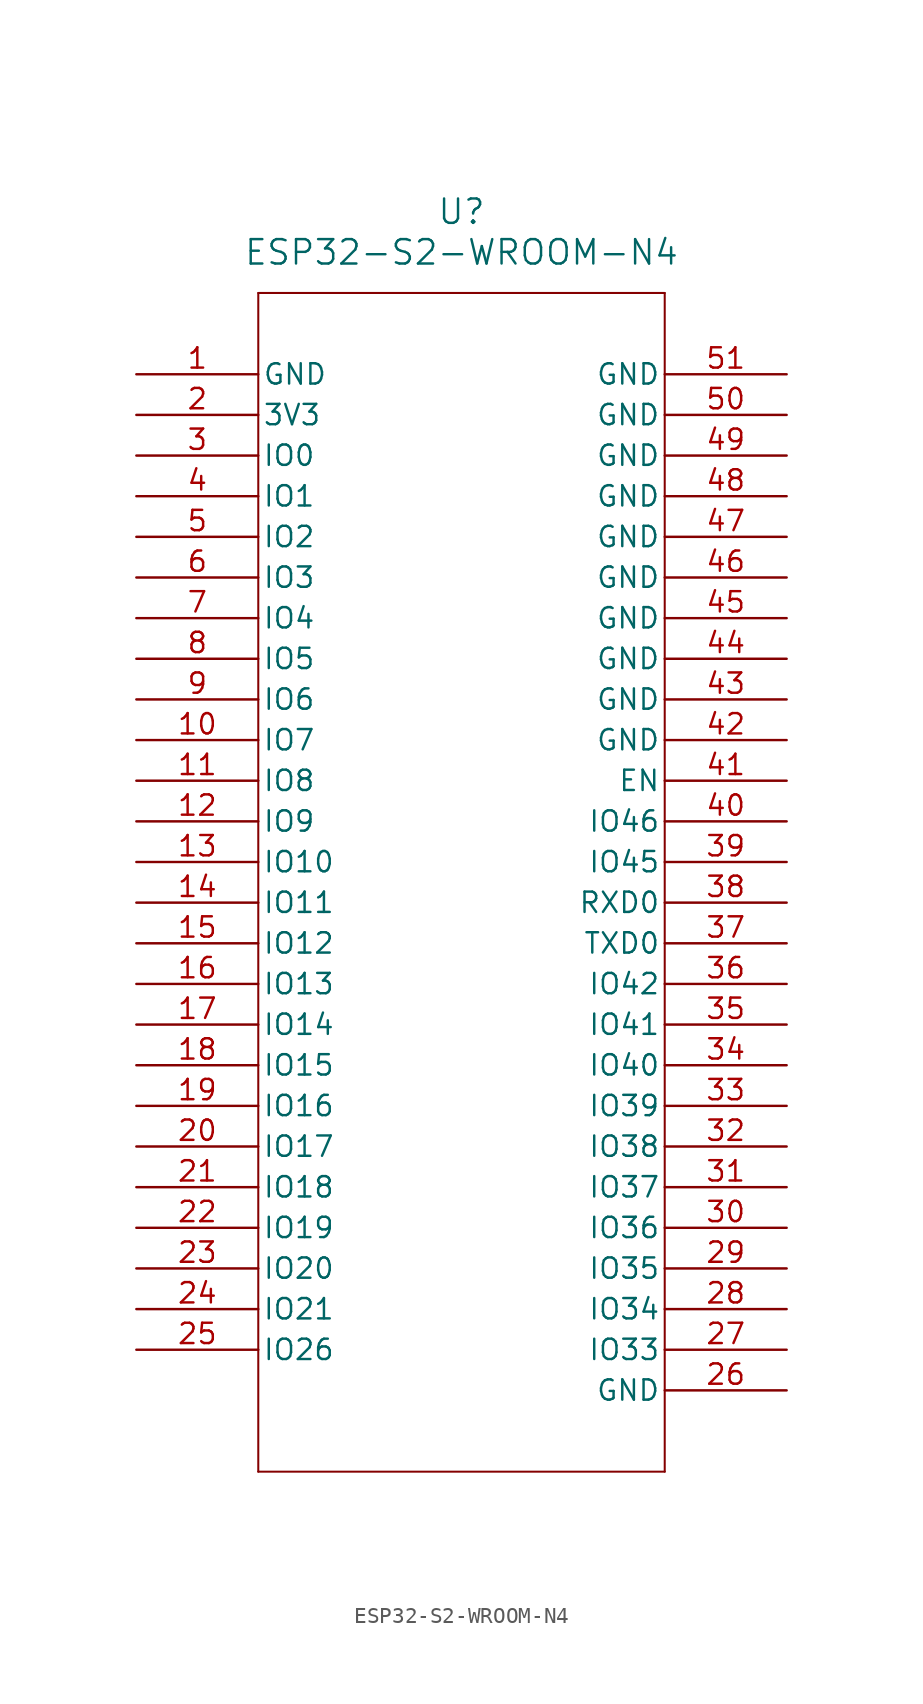
<source format=kicad_sym>
(kicad_symbol_lib
  (version 20211014)
  (generator kicad_symbol_editor)
  (symbol "ESP32-S2-WROOM-N4"
    (pin_names
      (offset 0.254))
    (property "Reference" "U"
      (at 20.32 10.16 0)
      (effects (font (size 1.524 1.524))))
    (property "Value" "ESP32-S2-WROOM-N4"
      (at 20.32 7.62 0)
      (effects (font (size 1.524 1.524))))
    (symbol "ESP32-S2-WROOM-N4_0_1"
      (polyline (pts (xy 7.62 5.08) (xy 7.62 -68.58)) (stroke (width 0.127) (type default) (color 0 0 0 0)) (fill (type none)))
      (polyline (pts (xy 7.62 -68.58) (xy 33.02 -68.58)) (stroke (width 0.127) (type default) (color 0 0 0 0)) (fill (type none)))
      (polyline (pts (xy 33.02 -68.58) (xy 33.02 5.08)) (stroke (width 0.127) (type default) (color 0 0 0 0)) (fill (type none)))
      (polyline (pts (xy 33.02 5.08) (xy 7.62 5.08)) (stroke (width 0.127) (type default) (color 0 0 0 0)) (fill (type none)))
      (pin power_out line (at 0 0 0) (length 7.62) (name "GND" (effects (font (size 1.27 1.27)))) (number "1" (effects (font (size 1.27 1.27)))))
      (pin power_in line (at 0 -2.54 0) (length 7.62) (name "3V3" (effects (font (size 1.27 1.27)))) (number "2" (effects (font (size 1.27 1.27)))))
      (pin bidirectional line (at 0 -5.08 0) (length 7.62) (name "IO0" (effects (font (size 1.27 1.27)))) (number "3" (effects (font (size 1.27 1.27)))))
      (pin bidirectional line (at 0 -7.62 0) (length 7.62) (name "IO1" (effects (font (size 1.27 1.27)))) (number "4" (effects (font (size 1.27 1.27)))))
      (pin bidirectional line (at 0 -10.16 0) (length 7.62) (name "IO2" (effects (font (size 1.27 1.27)))) (number "5" (effects (font (size 1.27 1.27)))))
      (pin bidirectional line (at 0 -12.7 0) (length 7.62) (name "IO3" (effects (font (size 1.27 1.27)))) (number "6" (effects (font (size 1.27 1.27)))))
      (pin bidirectional line (at 0 -15.24 0) (length 7.62) (name "IO4" (effects (font (size 1.27 1.27)))) (number "7" (effects (font (size 1.27 1.27)))))
      (pin bidirectional line (at 0 -17.78 0) (length 7.62) (name "IO5" (effects (font (size 1.27 1.27)))) (number "8" (effects (font (size 1.27 1.27)))))
      (pin bidirectional line (at 0 -20.32 0) (length 7.62) (name "IO6" (effects (font (size 1.27 1.27)))) (number "9" (effects (font (size 1.27 1.27)))))
      (pin bidirectional line (at 0 -22.86 0) (length 7.62) (name "IO7" (effects (font (size 1.27 1.27)))) (number "10" (effects (font (size 1.27 1.27)))))
      (pin bidirectional line (at 0 -25.4 0) (length 7.62) (name "IO8" (effects (font (size 1.27 1.27)))) (number "11" (effects (font (size 1.27 1.27)))))
      (pin bidirectional line (at 0 -27.94 0) (length 7.62) (name "IO9" (effects (font (size 1.27 1.27)))) (number "12" (effects (font (size 1.27 1.27)))))
      (pin bidirectional line (at 0 -30.48 0) (length 7.62) (name "IO10" (effects (font (size 1.27 1.27)))) (number "13" (effects (font (size 1.27 1.27)))))
      (pin bidirectional line (at 0 -33.02 0) (length 7.62) (name "IO11" (effects (font (size 1.27 1.27)))) (number "14" (effects (font (size 1.27 1.27)))))
      (pin bidirectional line (at 0 -35.56 0) (length 7.62) (name "IO12" (effects (font (size 1.27 1.27)))) (number "15" (effects (font (size 1.27 1.27)))))
      (pin bidirectional line (at 0 -38.1 0) (length 7.62) (name "IO13" (effects (font (size 1.27 1.27)))) (number "16" (effects (font (size 1.27 1.27)))))
      (pin bidirectional line (at 0 -40.64 0) (length 7.62) (name "IO14" (effects (font (size 1.27 1.27)))) (number "17" (effects (font (size 1.27 1.27)))))
      (pin bidirectional line (at 0 -43.18 0) (length 7.62) (name "IO15" (effects (font (size 1.27 1.27)))) (number "18" (effects (font (size 1.27 1.27)))))
      (pin bidirectional line (at 0 -45.72 0) (length 7.62) (name "IO16" (effects (font (size 1.27 1.27)))) (number "19" (effects (font (size 1.27 1.27)))))
      (pin bidirectional line (at 0 -48.26 0) (length 7.62) (name "IO17" (effects (font (size 1.27 1.27)))) (number "20" (effects (font (size 1.27 1.27)))))
      (pin bidirectional line (at 0 -50.8 0) (length 7.62) (name "IO18" (effects (font (size 1.27 1.27)))) (number "21" (effects (font (size 1.27 1.27)))))
      (pin bidirectional line (at 0 -53.34 0) (length 7.62) (name "IO19" (effects (font (size 1.27 1.27)))) (number "22" (effects (font (size 1.27 1.27)))))
      (pin bidirectional line (at 0 -55.88 0) (length 7.62) (name "IO20" (effects (font (size 1.27 1.27)))) (number "23" (effects (font (size 1.27 1.27)))))
      (pin bidirectional line (at 0 -58.42 0) (length 7.62) (name "IO21" (effects (font (size 1.27 1.27)))) (number "24" (effects (font (size 1.27 1.27)))))
      (pin bidirectional line (at 0 -60.96 0) (length 7.62) (name "IO26" (effects (font (size 1.27 1.27)))) (number "25" (effects (font (size 1.27 1.27)))))
      (pin power_out line (at 40.64 -63.5 180) (length 7.62) (name "GND" (effects (font (size 1.27 1.27)))) (number "26" (effects (font (size 1.27 1.27)))))
      (pin bidirectional line (at 40.64 -60.96 180) (length 7.62) (name "IO33" (effects (font (size 1.27 1.27)))) (number "27" (effects (font (size 1.27 1.27)))))
      (pin bidirectional line (at 40.64 -58.42 180) (length 7.62) (name "IO34" (effects (font (size 1.27 1.27)))) (number "28" (effects (font (size 1.27 1.27)))))
      (pin bidirectional line (at 40.64 -55.88 180) (length 7.62) (name "IO35" (effects (font (size 1.27 1.27)))) (number "29" (effects (font (size 1.27 1.27)))))
      (pin bidirectional line (at 40.64 -53.34 180) (length 7.62) (name "IO36" (effects (font (size 1.27 1.27)))) (number "30" (effects (font (size 1.27 1.27)))))
      (pin bidirectional line (at 40.64 -50.8 180) (length 7.62) (name "IO37" (effects (font (size 1.27 1.27)))) (number "31" (effects (font (size 1.27 1.27)))))
      (pin bidirectional line (at 40.64 -48.26 180) (length 7.62) (name "IO38" (effects (font (size 1.27 1.27)))) (number "32" (effects (font (size 1.27 1.27)))))
      (pin bidirectional line (at 40.64 -45.72 180) (length 7.62) (name "IO39" (effects (font (size 1.27 1.27)))) (number "33" (effects (font (size 1.27 1.27)))))
      (pin bidirectional line (at 40.64 -43.18 180) (length 7.62) (name "IO40" (effects (font (size 1.27 1.27)))) (number "34" (effects (font (size 1.27 1.27)))))
      (pin bidirectional line (at 40.64 -40.64 180) (length 7.62) (name "IO41" (effects (font (size 1.27 1.27)))) (number "35" (effects (font (size 1.27 1.27)))))
      (pin bidirectional line (at 40.64 -38.1 180) (length 7.62) (name "IO42" (effects (font (size 1.27 1.27)))) (number "36" (effects (font (size 1.27 1.27)))))
      (pin bidirectional line (at 40.64 -35.56 180) (length 7.62) (name "TXD0" (effects (font (size 1.27 1.27)))) (number "37" (effects (font (size 1.27 1.27)))))
      (pin bidirectional line (at 40.64 -33.02 180) (length 7.62) (name "RXD0" (effects (font (size 1.27 1.27)))) (number "38" (effects (font (size 1.27 1.27)))))
      (pin bidirectional line (at 40.64 -30.48 180) (length 7.62) (name "IO45" (effects (font (size 1.27 1.27)))) (number "39" (effects (font (size 1.27 1.27)))))
      (pin input line (at 40.64 -27.94 180) (length 7.62) (name "IO46" (effects (font (size 1.27 1.27)))) (number "40" (effects (font (size 1.27 1.27)))))
      (pin input line (at 40.64 -25.4 180) (length 7.62) (name "EN" (effects (font (size 1.27 1.27)))) (number "41" (effects (font (size 1.27 1.27)))))
      (pin power_out line (at 40.64 -22.86 180) (length 7.62) (name "GND" (effects (font (size 1.27 1.27)))) (number "42" (effects (font (size 1.27 1.27)))))
      (pin power_out line (at 40.64 -20.32 180) (length 7.62) (name "GND" (effects (font (size 1.27 1.27)))) (number "43" (effects (font (size 1.27 1.27)))))
      (pin power_out line (at 40.64 -17.78 180) (length 7.62) (name "GND" (effects (font (size 1.27 1.27)))) (number "44" (effects (font (size 1.27 1.27)))))
      (pin power_out line (at 40.64 -15.24 180) (length 7.62) (name "GND" (effects (font (size 1.27 1.27)))) (number "45" (effects (font (size 1.27 1.27)))))
      (pin power_out line (at 40.64 -12.7 180) (length 7.62) (name "GND" (effects (font (size 1.27 1.27)))) (number "46" (effects (font (size 1.27 1.27)))))
      (pin power_out line (at 40.64 -10.16 180) (length 7.62) (name "GND" (effects (font (size 1.27 1.27)))) (number "47" (effects (font (size 1.27 1.27)))))
      (pin power_out line (at 40.64 -7.62 180) (length 7.62) (name "GND" (effects (font (size 1.27 1.27)))) (number "48" (effects (font (size 1.27 1.27)))))
      (pin power_out line (at 40.64 -5.08 180) (length 7.62) (name "GND" (effects (font (size 1.27 1.27)))) (number "49" (effects (font (size 1.27 1.27)))))
      (pin power_out line (at 40.64 -2.54 180) (length 7.62) (name "GND" (effects (font (size 1.27 1.27)))) (number "50" (effects (font (size 1.27 1.27)))))
      (pin power_out line (at 40.64 0 180) (length 7.62) (name "GND" (effects (font (size 1.27 1.27)))) (number "51" (effects (font (size 1.27 1.27))))))))
</source>
